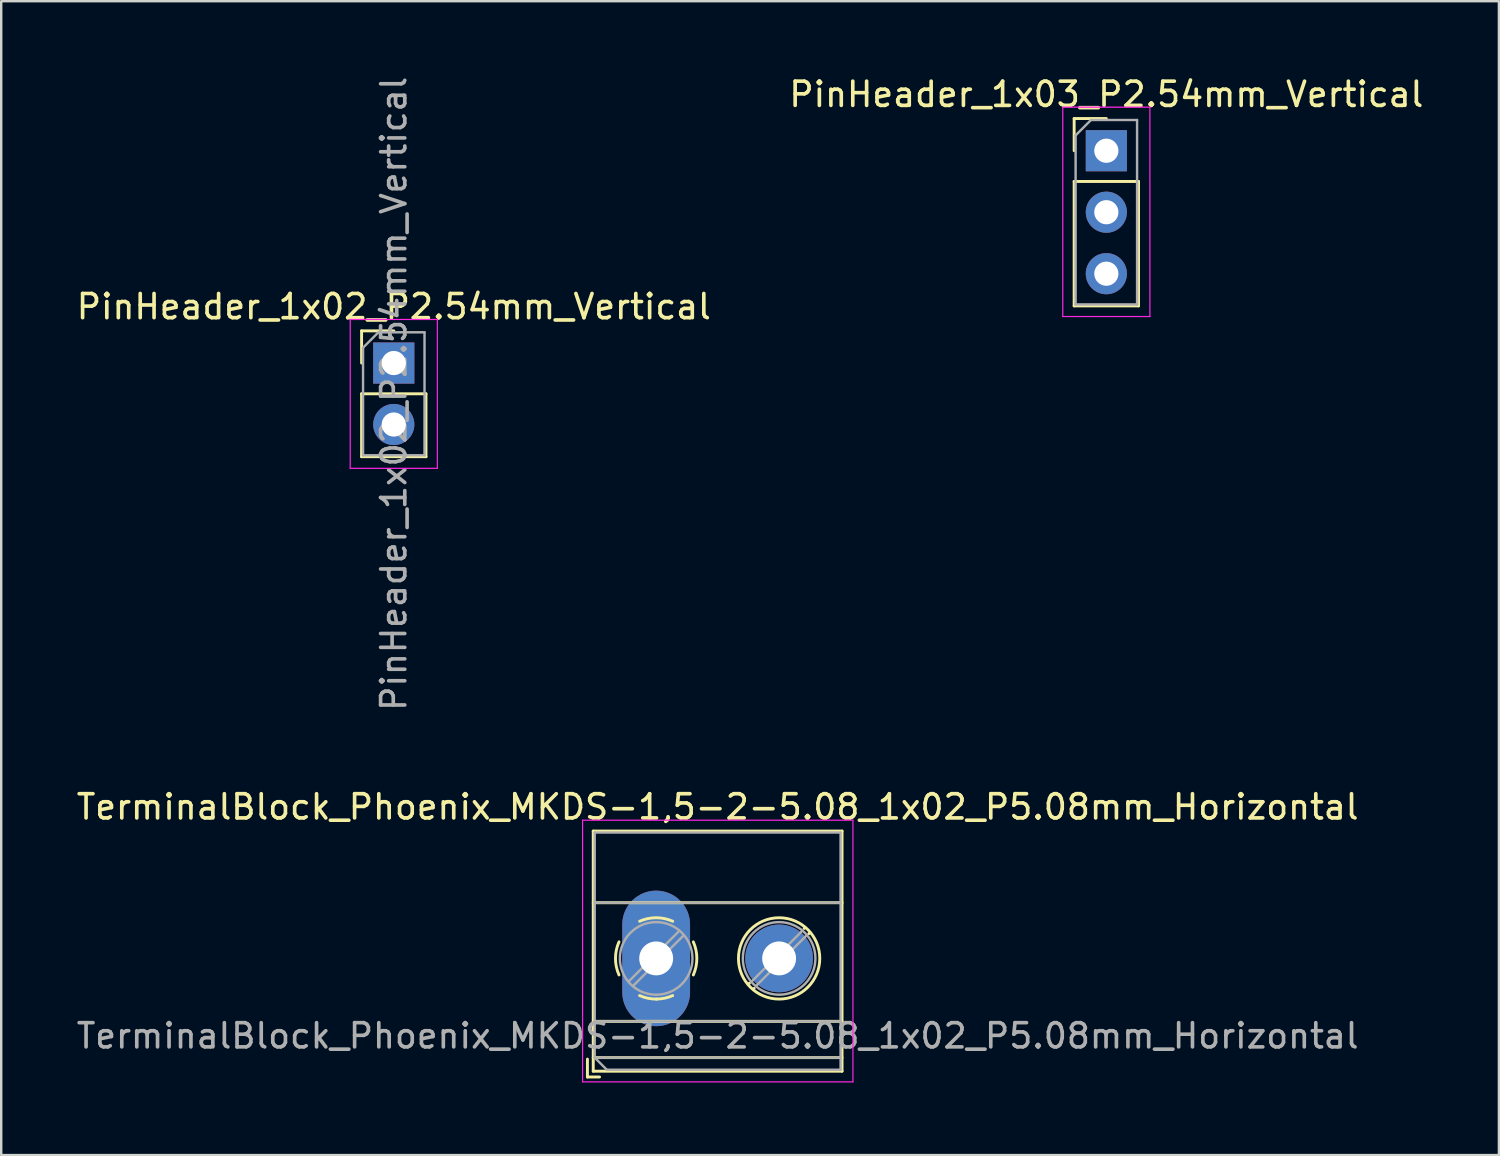
<source format=kicad_pcb>
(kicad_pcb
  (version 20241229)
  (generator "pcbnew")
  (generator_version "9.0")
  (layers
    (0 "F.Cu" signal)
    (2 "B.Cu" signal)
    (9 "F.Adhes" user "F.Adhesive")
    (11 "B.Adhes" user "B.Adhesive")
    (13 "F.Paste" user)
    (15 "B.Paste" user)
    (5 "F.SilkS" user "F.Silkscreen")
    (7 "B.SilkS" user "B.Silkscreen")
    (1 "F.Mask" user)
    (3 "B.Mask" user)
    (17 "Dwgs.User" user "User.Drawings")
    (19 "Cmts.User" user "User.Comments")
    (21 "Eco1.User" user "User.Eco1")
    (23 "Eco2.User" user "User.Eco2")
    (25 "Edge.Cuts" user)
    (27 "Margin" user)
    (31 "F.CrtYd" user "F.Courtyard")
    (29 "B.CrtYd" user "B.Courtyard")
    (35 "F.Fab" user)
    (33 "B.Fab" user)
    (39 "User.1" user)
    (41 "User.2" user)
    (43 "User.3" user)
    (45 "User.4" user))
  (footprint "TerminalBlock_Phoenix_MKDS-1,5-2-5.08_1x02_P5.08mm_Horizontal"
    (layer "F.Cu")
    (at 24.061 36.549)
    (property "Reference" "TerminalBlock_Phoenix_MKDS-1,5-2-5.08_1x02_P5.08mm_Horizontal" (at 2.54 -6.26 180) (layer "F.SilkS") (effects (font (size 1 1) (thickness 0.15))))
    (attr through_hole)
    (fp_line (start -2.84 4.16) (end -2.84 4.9) (stroke (width 0.12) (type solid)) (layer "F.SilkS"))
    (fp_line (start -2.84 4.9) (end -2.34 4.9) (stroke (width 0.12) (type solid)) (layer "F.SilkS"))
    (fp_line (start -2.6 -5.261) (end -2.6 4.66) (stroke (width 0.12) (type solid)) (layer "F.SilkS"))
    (fp_line (start -2.6 -5.261) (end 7.68 -5.261) (stroke (width 0.12) (type solid)) (layer "F.SilkS"))
    (fp_line (start -2.6 -2.301) (end 7.68 -2.301) (stroke (width 0.12) (type solid)) (layer "F.SilkS"))
    (fp_line (start -2.6 2.6) (end 7.68 2.6) (stroke (width 0.12) (type solid)) (layer "F.SilkS"))
    (fp_line (start -2.6 4.1) (end 7.68 4.1) (stroke (width 0.12) (type solid)) (layer "F.SilkS"))
    (fp_line (start -2.6 4.66) (end 7.68 4.66) (stroke (width 0.12) (type solid)) (layer "F.SilkS"))
    (fp_line (start 3.853 1.023) (end 3.806 1.069) (stroke (width 0.12) (type solid)) (layer "F.SilkS"))
    (fp_line (start 4.046 1.239) (end 4.011 1.274) (stroke (width 0.12) (type solid)) (layer "F.SilkS"))
    (fp_line (start 6.15 -1.275) (end 6.115 -1.239) (stroke (width 0.12) (type solid)) (layer "F.SilkS"))
    (fp_line (start 6.355 -1.069) (end 6.308 -1.023) (stroke (width 0.12) (type solid)) (layer "F.SilkS"))
    (fp_line (start 7.68 -5.261) (end 7.68 4.66) (stroke (width 0.12) (type solid)) (layer "F.SilkS"))
    (fp_arc (start -1.535427 0.683042) (mid -1.680501 -0.000524) (end -1.535 -0.684) (stroke (width 0.12) (type solid)) (layer "F.SilkS"))
    (fp_arc (start -0.683042 -1.535427) (mid 0.000524 -1.680501) (end 0.684 -1.535) (stroke (width 0.12) (type solid)) (layer "F.SilkS"))
    (fp_arc (start 0.028805 1.680253) (mid -0.335551 1.646659) (end -0.684 1.535) (stroke (width 0.12) (type solid)) (layer "F.SilkS"))
    (fp_arc (start 0.683318 1.534756) (mid 0.349292 1.643288) (end 0 1.68) (stroke (width 0.12) (type solid)) (layer "F.SilkS"))
    (fp_arc (start 1.535427 -0.683042) (mid 1.680501 0.000524) (end 1.535 0.684) (stroke (width 0.12) (type solid)) (layer "F.SilkS"))
    (fp_circle (center 5.08 0) (end 6.76 0) (stroke (width 0.12) (type solid)) (fill no) (layer "F.SilkS"))
    (fp_line (start -3.04 -5.71) (end -3.04 5.1) (stroke (width 0.05) (type solid)) (layer "F.CrtYd"))
    (fp_line (start -3.04 5.1) (end 8.13 5.1) (stroke (width 0.05) (type solid)) (layer "F.CrtYd"))
    (fp_line (start 8.13 -5.71) (end -3.04 -5.71) (stroke (width 0.05) (type solid)) (layer "F.CrtYd"))
    (fp_line (start 8.13 5.1) (end 8.13 -5.71) (stroke (width 0.05) (type solid)) (layer "F.CrtYd"))
    (fp_line (start -2.54 -5.2) (end 7.62 -5.2) (stroke (width 0.1) (type solid)) (layer "F.Fab"))
    (fp_line (start -2.54 -2.3) (end 7.62 -2.3) (stroke (width 0.1) (type solid)) (layer "F.Fab"))
    (fp_line (start -2.54 2.6) (end 7.62 2.6) (stroke (width 0.1) (type solid)) (layer "F.Fab"))
    (fp_line (start -2.54 4.1) (end -2.54 -5.2) (stroke (width 0.1) (type solid)) (layer "F.Fab"))
    (fp_line (start -2.54 4.1) (end 7.62 4.1) (stroke (width 0.1) (type solid)) (layer "F.Fab"))
    (fp_line (start -2.04 4.6) (end -2.54 4.1) (stroke (width 0.1) (type solid)) (layer "F.Fab"))
    (fp_line (start 0.955 -1.138) (end -1.138 0.955) (stroke (width 0.1) (type solid)) (layer "F.Fab"))
    (fp_line (start 1.138 -0.955) (end -0.955 1.138) (stroke (width 0.1) (type solid)) (layer "F.Fab"))
    (fp_line (start 6.035 -1.138) (end 3.943 0.955) (stroke (width 0.1) (type solid)) (layer "F.Fab"))
    (fp_line (start 6.218 -0.955) (end 4.126 1.138) (stroke (width 0.1) (type solid)) (layer "F.Fab"))
    (fp_line (start 7.62 -5.2) (end 7.62 4.6) (stroke (width 0.1) (type solid)) (layer "F.Fab"))
    (fp_line (start 7.62 4.6) (end -2.04 4.6) (stroke (width 0.1) (type solid)) (layer "F.Fab"))
    (fp_circle (center 0 0) (end 1.5 0) (stroke (width 0.1) (type solid)) (fill no) (layer "F.Fab"))
    (fp_circle (center 5.08 0) (end 6.58 0) (stroke (width 0.1) (type solid)) (fill no) (layer "F.Fab"))
    (fp_text user "${REFERENCE}" (at 2.54 3.2 180) (layer "F.Fab") (effects (font (size 1 1) (thickness 0.15))))
    (pad "1" thru_hole oval (at 0 0) (size 2.8 5.6) (drill 1.4) (layers "*.Cu" "*.Mask"))
    (pad "2" thru_hole circle (at 5.08 0) (size 2.8 2.8) (drill 1.4) (layers "*.Cu" "*.Mask")))
  (footprint "PinHeader_1x02_P2.54mm_Vertical"
    (layer "F.Cu")
    (at 13.22 11.95)
    (property "Reference" "PinHeader_1x02_P2.54mm_Vertical" (at 0 -2.33 0) (layer "F.SilkS") (effects (font (size 1 1) (thickness 0.15))))
    (attr through_hole)
    (fp_line (start -1.33 -1.33) (end 0 -1.33) (stroke (width 0.12) (type solid)) (layer "F.SilkS"))
    (fp_line (start -1.33 0) (end -1.33 -1.33) (stroke (width 0.12) (type solid)) (layer "F.SilkS"))
    (fp_line (start -1.33 1.27) (end -1.33 3.87) (stroke (width 0.12) (type solid)) (layer "F.SilkS"))
    (fp_line (start -1.33 1.27) (end 1.33 1.27) (stroke (width 0.12) (type solid)) (layer "F.SilkS"))
    (fp_line (start -1.33 3.87) (end 1.33 3.87) (stroke (width 0.12) (type solid)) (layer "F.SilkS"))
    (fp_line (start 1.33 1.27) (end 1.33 3.87) (stroke (width 0.12) (type solid)) (layer "F.SilkS"))
    (fp_line (start -1.8 -1.8) (end -1.8 4.35) (stroke (width 0.05) (type solid)) (layer "F.CrtYd"))
    (fp_line (start -1.8 4.35) (end 1.8 4.35) (stroke (width 0.05) (type solid)) (layer "F.CrtYd"))
    (fp_line (start 1.8 -1.8) (end -1.8 -1.8) (stroke (width 0.05) (type solid)) (layer "F.CrtYd"))
    (fp_line (start 1.8 4.35) (end 1.8 -1.8) (stroke (width 0.05) (type solid)) (layer "F.CrtYd"))
    (fp_line (start -1.27 -0.635) (end -0.635 -1.27) (stroke (width 0.1) (type solid)) (layer "F.Fab"))
    (fp_line (start -1.27 3.81) (end -1.27 -0.635) (stroke (width 0.1) (type solid)) (layer "F.Fab"))
    (fp_line (start -0.635 -1.27) (end 1.27 -1.27) (stroke (width 0.1) (type solid)) (layer "F.Fab"))
    (fp_line (start 1.27 -1.27) (end 1.27 3.81) (stroke (width 0.1) (type solid)) (layer "F.Fab"))
    (fp_line (start 1.27 3.81) (end -1.27 3.81) (stroke (width 0.1) (type solid)) (layer "F.Fab"))
    (fp_text user "${REFERENCE}" (at 0 1.27 90) (layer "F.Fab") (effects (font (size 1 1) (thickness 0.15))))
    (pad "1" thru_hole rect (at 0 0) (size 1.7 1.7) (drill 1) (layers "*.Cu" "*.Mask"))
    (pad "2" thru_hole oval (at 0 2.54) (size 1.7 1.7) (drill 1) (layers "*.Cu" "*.Mask")))
  (footprint "PinHeader_1x03_P2.54mm_Vertical"
    (layer "F.Cu")
    (at 42.661 3.178)
    (property "Reference" "PinHeader_1x03_P2.54mm_Vertical" (at 0 -2.33 180) (layer "F.SilkS") (effects (font (size 1 1) (thickness 0.15))))
    (attr through_hole)
    (fp_line (start -1.33 -1.33) (end 0 -1.33) (stroke (width 0.12) (type solid)) (layer "F.SilkS"))
    (fp_line (start -1.33 0) (end -1.33 -1.33) (stroke (width 0.12) (type solid)) (layer "F.SilkS"))
    (fp_line (start -1.33 1.27) (end -1.33 6.41) (stroke (width 0.12) (type solid)) (layer "F.SilkS"))
    (fp_line (start -1.33 1.27) (end 1.33 1.27) (stroke (width 0.12) (type solid)) (layer "F.SilkS"))
    (fp_line (start -1.33 6.41) (end 1.33 6.41) (stroke (width 0.12) (type solid)) (layer "F.SilkS"))
    (fp_line (start 1.33 1.27) (end 1.33 6.41) (stroke (width 0.12) (type solid)) (layer "F.SilkS"))
    (fp_line (start -1.8 -1.8) (end -1.8 6.85) (stroke (width 0.05) (type solid)) (layer "F.CrtYd"))
    (fp_line (start -1.8 6.85) (end 1.8 6.85) (stroke (width 0.05) (type solid)) (layer "F.CrtYd"))
    (fp_line (start 1.8 -1.8) (end -1.8 -1.8) (stroke (width 0.05) (type solid)) (layer "F.CrtYd"))
    (fp_line (start 1.8 6.85) (end 1.8 -1.8) (stroke (width 0.05) (type solid)) (layer "F.CrtYd"))
    (fp_line (start -1.27 -0.635) (end -0.635 -1.27) (stroke (width 0.1) (type solid)) (layer "F.Fab"))
    (fp_line (start -1.27 6.35) (end -1.27 -0.635) (stroke (width 0.1) (type solid)) (layer "F.Fab"))
    (fp_line (start -0.635 -1.27) (end 1.27 -1.27) (stroke (width 0.1) (type solid)) (layer "F.Fab"))
    (fp_line (start 1.27 -1.27) (end 1.27 6.35) (stroke (width 0.1) (type solid)) (layer "F.Fab"))
    (fp_line (start 1.27 6.35) (end -1.27 6.35) (stroke (width 0.1) (type solid)) (layer "F.Fab"))
    (pad "1" thru_hole rect (at 0 0) (size 1.7 1.7) (drill 1) (layers "*.Cu" "*.Mask"))
    (pad "2" thru_hole oval (at 0 2.54) (size 1.7 1.7) (drill 1) (layers "*.Cu" "*.Mask"))
    (pad "3" thru_hole oval (at 0 5.08) (size 1.7 1.7) (drill 1) (layers "*.Cu" "*.Mask")))
  (gr_rect
    (start -3 -3)
    (end 58.881 44.674)
    (stroke (width 0.1) (type default))
    (fill no)
    (layer "Edge.Cuts")))
</source>
